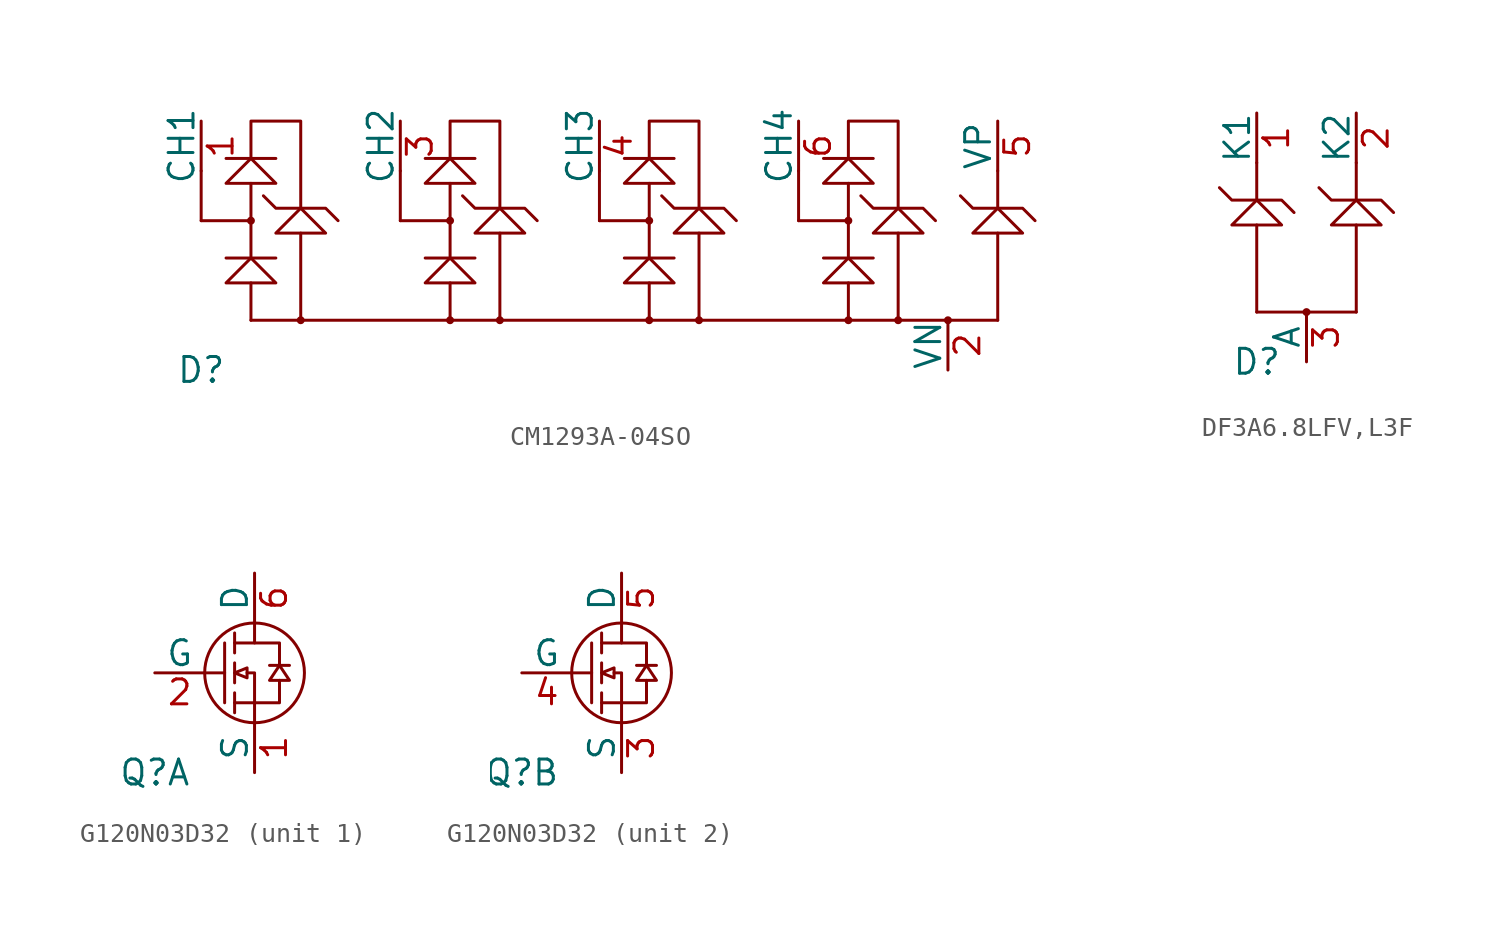
<source format=kicad_sym>
(kicad_symbol_lib
  (version 20220914)
  (generator kicad_symbol_editor)
  (symbol "CM1293A-04SO"
    (pin_names
      (offset 0))
    (property "Reference" "D"
      (at 0 0 0)
      (effects (font (size 1.27 1.27))))
    (symbol "CM1293A-04SO_0_1"
      (polyline (pts (xy 0 10.16) (xy 0 7.62)) (stroke (width 0) (type default)) (fill (type none)))
      (polyline (pts (xy 1.27 5.715) (xy 3.81 5.715)) (stroke (width 0) (type default)) (fill (type none)))
      (polyline (pts (xy 1.27 10.795) (xy 3.81 10.795)) (stroke (width 0) (type default)) (fill (type none)))
      (polyline (pts (xy 2.54 4.445) (xy 2.54 2.54)) (stroke (width 0) (type default)) (fill (type none)))
      (polyline (pts (xy 2.54 7.62) (xy 0 7.62)) (stroke (width 0) (type default)) (fill (type none)))
      (polyline (pts (xy 2.54 9.525) (xy 2.54 5.715)) (stroke (width 0) (type default)) (fill (type none)))
      (polyline (pts (xy 5.08 6.985) (xy 5.08 2.54)) (stroke (width 0) (type default)) (fill (type none)))
      (polyline (pts (xy 10.16 10.16) (xy 10.16 7.62)) (stroke (width 0) (type default)) (fill (type none)))
      (polyline (pts (xy 11.43 5.715) (xy 13.97 5.715)) (stroke (width 0) (type default)) (fill (type none)))
      (polyline (pts (xy 11.43 10.795) (xy 13.97 10.795)) (stroke (width 0) (type default)) (fill (type none)))
      (polyline (pts (xy 12.7 4.445) (xy 12.7 2.54)) (stroke (width 0) (type default)) (fill (type none)))
      (polyline (pts (xy 12.7 7.62) (xy 10.16 7.62)) (stroke (width 0) (type default)) (fill (type none)))
      (polyline (pts (xy 12.7 9.525) (xy 12.7 5.715)) (stroke (width 0) (type default)) (fill (type none)))
      (polyline (pts (xy 15.24 6.985) (xy 15.24 2.54)) (stroke (width 0) (type default)) (fill (type none)))
      (polyline (pts (xy 20.32 10.16) (xy 20.32 7.62)) (stroke (width 0) (type default)) (fill (type none)))
      (polyline (pts (xy 21.59 5.715) (xy 24.13 5.715)) (stroke (width 0) (type default)) (fill (type none)))
      (polyline (pts (xy 21.59 10.795) (xy 24.13 10.795)) (stroke (width 0) (type default)) (fill (type none)))
      (polyline (pts (xy 22.86 4.445) (xy 22.86 2.54)) (stroke (width 0) (type default)) (fill (type none)))
      (polyline (pts (xy 22.86 7.62) (xy 20.32 7.62)) (stroke (width 0) (type default)) (fill (type none)))
      (polyline (pts (xy 22.86 9.525) (xy 22.86 5.715)) (stroke (width 0) (type default)) (fill (type none)))
      (polyline (pts (xy 25.4 6.985) (xy 25.4 2.54)) (stroke (width 0) (type default)) (fill (type none)))
      (polyline (pts (xy 30.48 10.16) (xy 30.48 7.62)) (stroke (width 0) (type default)) (fill (type none)))
      (polyline (pts (xy 31.75 5.715) (xy 34.29 5.715)) (stroke (width 0) (type default)) (fill (type none)))
      (polyline (pts (xy 31.75 10.795) (xy 34.29 10.795)) (stroke (width 0) (type default)) (fill (type none)))
      (polyline (pts (xy 33.02 4.445) (xy 33.02 2.54)) (stroke (width 0) (type default)) (fill (type none)))
      (polyline (pts (xy 33.02 7.62) (xy 30.48 7.62)) (stroke (width 0) (type default)) (fill (type none)))
      (polyline (pts (xy 33.02 9.525) (xy 33.02 5.715)) (stroke (width 0) (type default)) (fill (type none)))
      (polyline (pts (xy 35.56 6.985) (xy 35.56 2.54)) (stroke (width 0) (type default)) (fill (type none)))
      (polyline (pts (xy 40.64 2.54) (xy 2.54 2.54)) (stroke (width 0) (type default)) (fill (type none)))
      (polyline (pts (xy 40.64 6.985) (xy 40.64 2.54)) (stroke (width 0) (type default)) (fill (type none)))
      (polyline (pts (xy 40.64 8.255) (xy 40.64 10.16)) (stroke (width 0) (type default)) (fill (type none)))
      (polyline (pts (xy 2.54 5.715) (xy 1.27 4.445) (xy 3.81 4.445) (xy 2.54 5.715)) (stroke (width 0) (type default)) (fill (type none)))
      (polyline (pts (xy 2.54 10.795) (xy 1.27 9.525) (xy 3.81 9.525) (xy 2.54 10.795)) (stroke (width 0) (type default)) (fill (type none)))
      (polyline (pts (xy 2.54 10.795) (xy 2.54 12.7) (xy 5.08 12.7) (xy 5.08 8.255)) (stroke (width 0) (type default)) (fill (type none)))
      (polyline (pts (xy 5.08 8.255) (xy 3.81 6.985) (xy 6.35 6.985) (xy 5.08 8.255)) (stroke (width 0) (type default)) (fill (type none)))
      (polyline (pts (xy 6.985 7.62) (xy 6.35 8.255) (xy 3.81 8.255) (xy 3.175 8.89)) (stroke (width 0) (type default)) (fill (type none)))
      (polyline (pts (xy 12.7 5.715) (xy 11.43 4.445) (xy 13.97 4.445) (xy 12.7 5.715)) (stroke (width 0) (type default)) (fill (type none)))
      (polyline (pts (xy 12.7 10.795) (xy 11.43 9.525) (xy 13.97 9.525) (xy 12.7 10.795)) (stroke (width 0) (type default)) (fill (type none)))
      (polyline (pts (xy 12.7 10.795) (xy 12.7 12.7) (xy 15.24 12.7) (xy 15.24 8.255)) (stroke (width 0) (type default)) (fill (type none)))
      (polyline (pts (xy 15.24 8.255) (xy 13.97 6.985) (xy 16.51 6.985) (xy 15.24 8.255)) (stroke (width 0) (type default)) (fill (type none)))
      (polyline (pts (xy 17.145 7.62) (xy 16.51 8.255) (xy 13.97 8.255) (xy 13.335 8.89)) (stroke (width 0) (type default)) (fill (type none)))
      (polyline (pts (xy 22.86 5.715) (xy 21.59 4.445) (xy 24.13 4.445) (xy 22.86 5.715)) (stroke (width 0) (type default)) (fill (type none)))
      (polyline (pts (xy 22.86 10.795) (xy 21.59 9.525) (xy 24.13 9.525) (xy 22.86 10.795)) (stroke (width 0) (type default)) (fill (type none)))
      (polyline (pts (xy 22.86 10.795) (xy 22.86 12.7) (xy 25.4 12.7) (xy 25.4 8.255)) (stroke (width 0) (type default)) (fill (type none)))
      (polyline (pts (xy 25.4 8.255) (xy 24.13 6.985) (xy 26.67 6.985) (xy 25.4 8.255)) (stroke (width 0) (type default)) (fill (type none)))
      (polyline (pts (xy 27.305 7.62) (xy 26.67 8.255) (xy 24.13 8.255) (xy 23.495 8.89)) (stroke (width 0) (type default)) (fill (type none)))
      (polyline (pts (xy 33.02 5.715) (xy 31.75 4.445) (xy 34.29 4.445) (xy 33.02 5.715)) (stroke (width 0) (type default)) (fill (type none)))
      (polyline (pts (xy 33.02 10.795) (xy 31.75 9.525) (xy 34.29 9.525) (xy 33.02 10.795)) (stroke (width 0) (type default)) (fill (type none)))
      (polyline (pts (xy 33.02 10.795) (xy 33.02 12.7) (xy 35.56 12.7) (xy 35.56 8.255)) (stroke (width 0) (type default)) (fill (type none)))
      (polyline (pts (xy 35.56 8.255) (xy 34.29 6.985) (xy 36.83 6.985) (xy 35.56 8.255)) (stroke (width 0) (type default)) (fill (type none)))
      (polyline (pts (xy 37.465 7.62) (xy 36.83 8.255) (xy 34.29 8.255) (xy 33.655 8.89)) (stroke (width 0) (type default)) (fill (type none)))
      (polyline (pts (xy 40.64 8.255) (xy 39.37 6.985) (xy 41.91 6.985) (xy 40.64 8.255)) (stroke (width 0) (type default)) (fill (type none)))
      (polyline (pts (xy 42.545 7.62) (xy 41.91 8.255) (xy 39.37 8.255) (xy 38.735 8.89)) (stroke (width 0) (type default)) (fill (type none)))
      (circle (center 2.54 7.62) (radius 0.127) (stroke (width 0) (type default)) (fill (type none)))
      (circle (center 5.08 2.54) (radius 0.127) (stroke (width 0) (type default)) (fill (type none)))
      (circle (center 12.7 2.54) (radius 0.127) (stroke (width 0) (type default)) (fill (type none)))
      (circle (center 12.7 7.62) (radius 0.127) (stroke (width 0) (type default)) (fill (type none)))
      (circle (center 15.24 2.54) (radius 0.127) (stroke (width 0) (type default)) (fill (type none)))
      (circle (center 22.86 2.54) (radius 0.127) (stroke (width 0) (type default)) (fill (type none)))
      (circle (center 22.86 7.62) (radius 0.127) (stroke (width 0) (type default)) (fill (type none)))
      (circle (center 25.4 2.54) (radius 0.127) (stroke (width 0) (type default)) (fill (type none)))
      (circle (center 33.02 2.54) (radius 0.127) (stroke (width 0) (type default)) (fill (type none)))
      (circle (center 33.02 7.62) (radius 0.127) (stroke (width 0) (type default)) (fill (type none)))
      (circle (center 35.56 2.54) (radius 0.127) (stroke (width 0) (type default)) (fill (type none)))
      (circle (center 38.1 2.54) (radius 0.127) (stroke (width 0) (type default)) (fill (type none))))
    (symbol "CM1293A-04SO_1_1"
      (pin passive line (at 0 12.7 270) (length 2.54) (name "CH1" (effects (font (size 1.27 1.27)))) (number "1" (effects (font (size 1.27 1.27)))))
      (pin passive line (at 38.1 0 90) (length 2.54) (name "VN" (effects (font (size 1.27 1.27)))) (number "2" (effects (font (size 1.27 1.27)))))
      (pin passive line (at 10.16 12.7 270) (length 2.54) (name "CH2" (effects (font (size 1.27 1.27)))) (number "3" (effects (font (size 1.27 1.27)))))
      (pin passive line (at 20.32 12.7 270) (length 2.54) (name "CH3" (effects (font (size 1.27 1.27)))) (number "4" (effects (font (size 1.27 1.27)))))
      (pin passive line (at 40.64 12.7 270) (length 2.54) (name "VP" (effects (font (size 1.27 1.27)))) (number "5" (effects (font (size 1.27 1.27)))))
      (pin passive line (at 30.48 12.7 270) (length 2.54) (name "CH4" (effects (font (size 1.27 1.27)))) (number "6" (effects (font (size 1.27 1.27)))))))
  (symbol "DF3A6.8LFV,L3F"
    (pin_names
      (offset 0))
    (property "Reference" "D"
      (at 0 0 0)
      (effects (font (size 1.27 1.27))))
    (symbol "DF3A6.8LFV,L3F_0_1"
      (polyline (pts (xy 0 6.985) (xy 0 2.54)) (stroke (width 0) (type default)) (fill (type none)))
      (polyline (pts (xy 0 8.255) (xy 0 10.16)) (stroke (width 0) (type default)) (fill (type none)))
      (polyline (pts (xy 5.08 2.54) (xy 0 2.54)) (stroke (width 0) (type default)) (fill (type none)))
      (polyline (pts (xy 5.08 6.985) (xy 5.08 2.54)) (stroke (width 0) (type default)) (fill (type none)))
      (polyline (pts (xy 5.08 8.255) (xy 5.08 10.16)) (stroke (width 0) (type default)) (fill (type none)))
      (polyline (pts (xy 0 8.255) (xy -1.27 6.985) (xy 1.27 6.985) (xy 0 8.255)) (stroke (width 0) (type default)) (fill (type none)))
      (polyline (pts (xy 1.905 7.62) (xy 1.27 8.255) (xy -1.27 8.255) (xy -1.905 8.89)) (stroke (width 0) (type default)) (fill (type none)))
      (polyline (pts (xy 5.08 8.255) (xy 3.81 6.985) (xy 6.35 6.985) (xy 5.08 8.255)) (stroke (width 0) (type default)) (fill (type none)))
      (polyline (pts (xy 6.985 7.62) (xy 6.35 8.255) (xy 3.81 8.255) (xy 3.175 8.89)) (stroke (width 0) (type default)) (fill (type none)))
      (circle (center 2.54 2.54) (radius 0.127) (stroke (width 0) (type default)) (fill (type none))))
    (symbol "DF3A6.8LFV,L3F_1_1"
      (pin passive line (at 0 12.7 270) (length 2.54) (name "K1" (effects (font (size 1.27 1.27)))) (number "1" (effects (font (size 1.27 1.27)))))
      (pin passive line (at 5.08 12.7 270) (length 2.54) (name "K2" (effects (font (size 1.27 1.27)))) (number "2" (effects (font (size 1.27 1.27)))))
      (pin passive line (at 2.54 0 90) (length 2.54) (name "A" (effects (font (size 1.27 1.27)))) (number "3" (effects (font (size 1.27 1.27)))))))
  (symbol "G120N03D32"
    (pin_names
      (offset 0))
    (property "Reference" "Q"
      (at 0 0 0)
      (effects (font (size 1.27 1.27))))
    (symbol "G120N03D32_0_1"
      (polyline (pts (xy 2.54 5.08) (xy 3.556 5.08)) (stroke (width 0) (type default)) (fill (type none)))
      (polyline (pts (xy 3.556 6.604) (xy 3.556 3.556)) (stroke (width 0) (type default)) (fill (type none)))
      (polyline (pts (xy 4.064 3.048) (xy 4.064 4.064)) (stroke (width 0) (type default)) (fill (type none)))
      (polyline (pts (xy 4.064 3.556) (xy 5.08 3.556)) (stroke (width 0) (type default)) (fill (type none)))
      (polyline (pts (xy 4.064 5.588) (xy 4.064 4.572)) (stroke (width 0) (type default)) (fill (type none)))
      (polyline (pts (xy 4.064 7.112) (xy 4.064 6.096)) (stroke (width 0) (type default)) (fill (type none)))
      (polyline (pts (xy 5.842 5.461) (xy 6.858 5.461)) (stroke (width 0) (type default)) (fill (type none)))
      (polyline (pts (xy 4.064 6.604) (xy 5.08 6.604) (xy 5.08 7.62)) (stroke (width 0) (type default)) (fill (type none)))
      (polyline (pts (xy 4.699 5.08) (xy 5.08 5.08) (xy 5.08 2.54)) (stroke (width 0) (type default)) (fill (type none)))
      (polyline (pts (xy 5.08 3.556) (xy 6.35 3.556) (xy 6.35 4.699)) (stroke (width 0) (type default)) (fill (type none)))
      (polyline (pts (xy 6.35 5.461) (xy 6.35 6.604) (xy 5.08 6.604)) (stroke (width 0) (type default)) (fill (type none)))
      (polyline (pts (xy 4.064 5.08) (xy 4.699 4.826) (xy 4.699 5.334) (xy 4.064 5.08)) (stroke (width 0) (type default)) (fill (type none)))
      (polyline (pts (xy 6.35 5.461) (xy 5.842 4.699) (xy 6.858 4.699) (xy 6.35 5.461)) (stroke (width 0) (type default)) (fill (type none)))
      (circle (center 5.08 5.08) (radius 2.54) (stroke (width 0) (type default)) (fill (type none))))
    (symbol "G120N03D32_1_1"
      (pin open_emitter line (at 5.08 0 90) (length 2.54) (name "S" (effects (font (size 1.27 1.27)))) (number "1" (effects (font (size 1.27 1.27)))))
      (pin passive line (at 0 5.08 0) (length 2.54) (name "G" (effects (font (size 1.27 1.27)))) (number "2" (effects (font (size 1.27 1.27)))))
      (pin open_collector line (at 5.08 10.16 270) (length 2.54) (name "D" (effects (font (size 1.27 1.27)))) (number "6" (effects (font (size 1.27 1.27))))))
    (symbol "G120N03D32_2_1"
      (pin open_emitter line (at 5.08 0 90) (length 2.54) (name "S" (effects (font (size 1.27 1.27)))) (number "3" (effects (font (size 1.27 1.27)))))
      (pin passive line (at 0 5.08 0) (length 2.54) (name "G" (effects (font (size 1.27 1.27)))) (number "4" (effects (font (size 1.27 1.27)))))
      (pin open_collector line (at 5.08 10.16 270) (length 2.54) (name "D" (effects (font (size 1.27 1.27)))) (number "5" (effects (font (size 1.27 1.27))))))))
</source>
